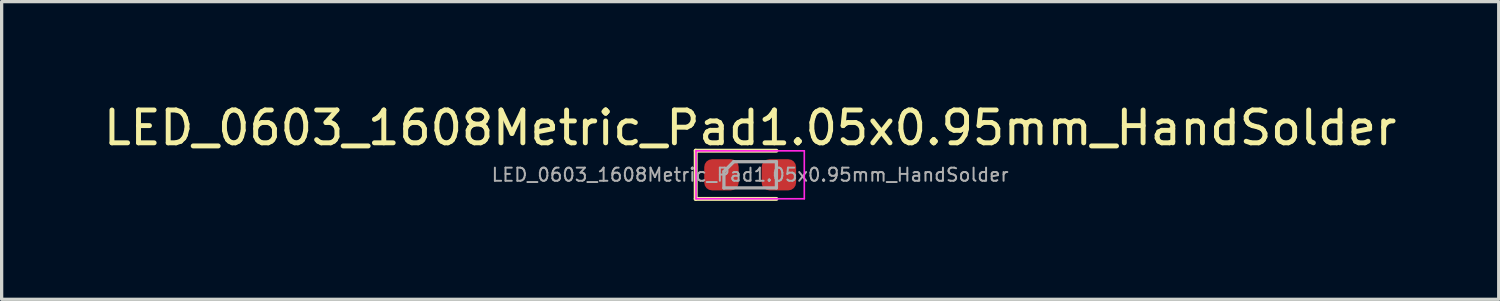
<source format=kicad_pcb>
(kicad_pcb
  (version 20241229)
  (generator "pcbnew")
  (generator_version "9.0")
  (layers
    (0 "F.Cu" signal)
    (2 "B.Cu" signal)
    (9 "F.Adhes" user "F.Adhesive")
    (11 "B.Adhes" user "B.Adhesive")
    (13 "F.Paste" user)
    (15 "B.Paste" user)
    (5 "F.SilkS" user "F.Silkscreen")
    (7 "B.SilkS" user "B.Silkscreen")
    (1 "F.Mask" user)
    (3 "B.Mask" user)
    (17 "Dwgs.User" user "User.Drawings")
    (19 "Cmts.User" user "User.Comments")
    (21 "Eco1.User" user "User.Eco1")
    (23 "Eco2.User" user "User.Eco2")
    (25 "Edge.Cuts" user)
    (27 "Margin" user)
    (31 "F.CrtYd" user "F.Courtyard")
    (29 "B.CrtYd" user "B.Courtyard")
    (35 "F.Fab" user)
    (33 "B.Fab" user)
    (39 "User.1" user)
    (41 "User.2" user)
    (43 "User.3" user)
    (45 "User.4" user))
  (footprint "LED_0603_1608Metric_Pad1.05x0.95mm_HandSolder"
    (layer "F.Cu")
    (at 19.815 2.278)
    (property "Reference" "LED_0603_1608Metric_Pad1.05x0.95mm_HandSolder" (at 0 -1.43 0) (layer "F.SilkS") (effects (font (size 1 1) (thickness 0.15))))
    (attr smd)
    (fp_line (start -1.66 -0.735) (end -1.66 0.735) (stroke (width 0.12) (type solid)) (layer "F.SilkS"))
    (fp_line (start -1.66 0.735) (end 0.8 0.735) (stroke (width 0.12) (type solid)) (layer "F.SilkS"))
    (fp_line (start 0.8 -0.735) (end -1.66 -0.735) (stroke (width 0.12) (type solid)) (layer "F.SilkS"))
    (fp_line (start -1.65 -0.73) (end 1.65 -0.73) (stroke (width 0.05) (type solid)) (layer "F.CrtYd"))
    (fp_line (start -1.65 0.73) (end -1.65 -0.73) (stroke (width 0.05) (type solid)) (layer "F.CrtYd"))
    (fp_line (start 1.65 -0.73) (end 1.65 0.73) (stroke (width 0.05) (type solid)) (layer "F.CrtYd"))
    (fp_line (start 1.65 0.73) (end -1.65 0.73) (stroke (width 0.05) (type solid)) (layer "F.CrtYd"))
    (fp_line (start -0.8 -0.1) (end -0.8 0.4) (stroke (width 0.1) (type solid)) (layer "F.Fab"))
    (fp_line (start -0.8 0.4) (end 0.8 0.4) (stroke (width 0.1) (type solid)) (layer "F.Fab"))
    (fp_line (start -0.5 -0.4) (end -0.8 -0.1) (stroke (width 0.1) (type solid)) (layer "F.Fab"))
    (fp_line (start 0.8 -0.4) (end -0.5 -0.4) (stroke (width 0.1) (type solid)) (layer "F.Fab"))
    (fp_line (start 0.8 0.4) (end 0.8 -0.4) (stroke (width 0.1) (type solid)) (layer "F.Fab"))
    (fp_text user "${REFERENCE}" (at 0 0 0) (layer "F.Fab") (effects (font (size 0.4 0.4) (thickness 0.06))))
    (pad "1" smd roundrect (at -0.875 0) (size 1.05 0.95) (layers "F.Cu" "F.Mask" "F.Paste") (roundrect_rratio 0.25))
    (pad "2" smd roundrect (at 0.875 0) (size 1.05 0.95) (layers "F.Cu" "F.Mask" "F.Paste") (roundrect_rratio 0.25)))
  (gr_rect
    (start -3 -3)
    (end 42.631 6.073)
    (stroke (width 0.1) (type default))
    (fill no)
    (layer "Edge.Cuts")))
</source>
